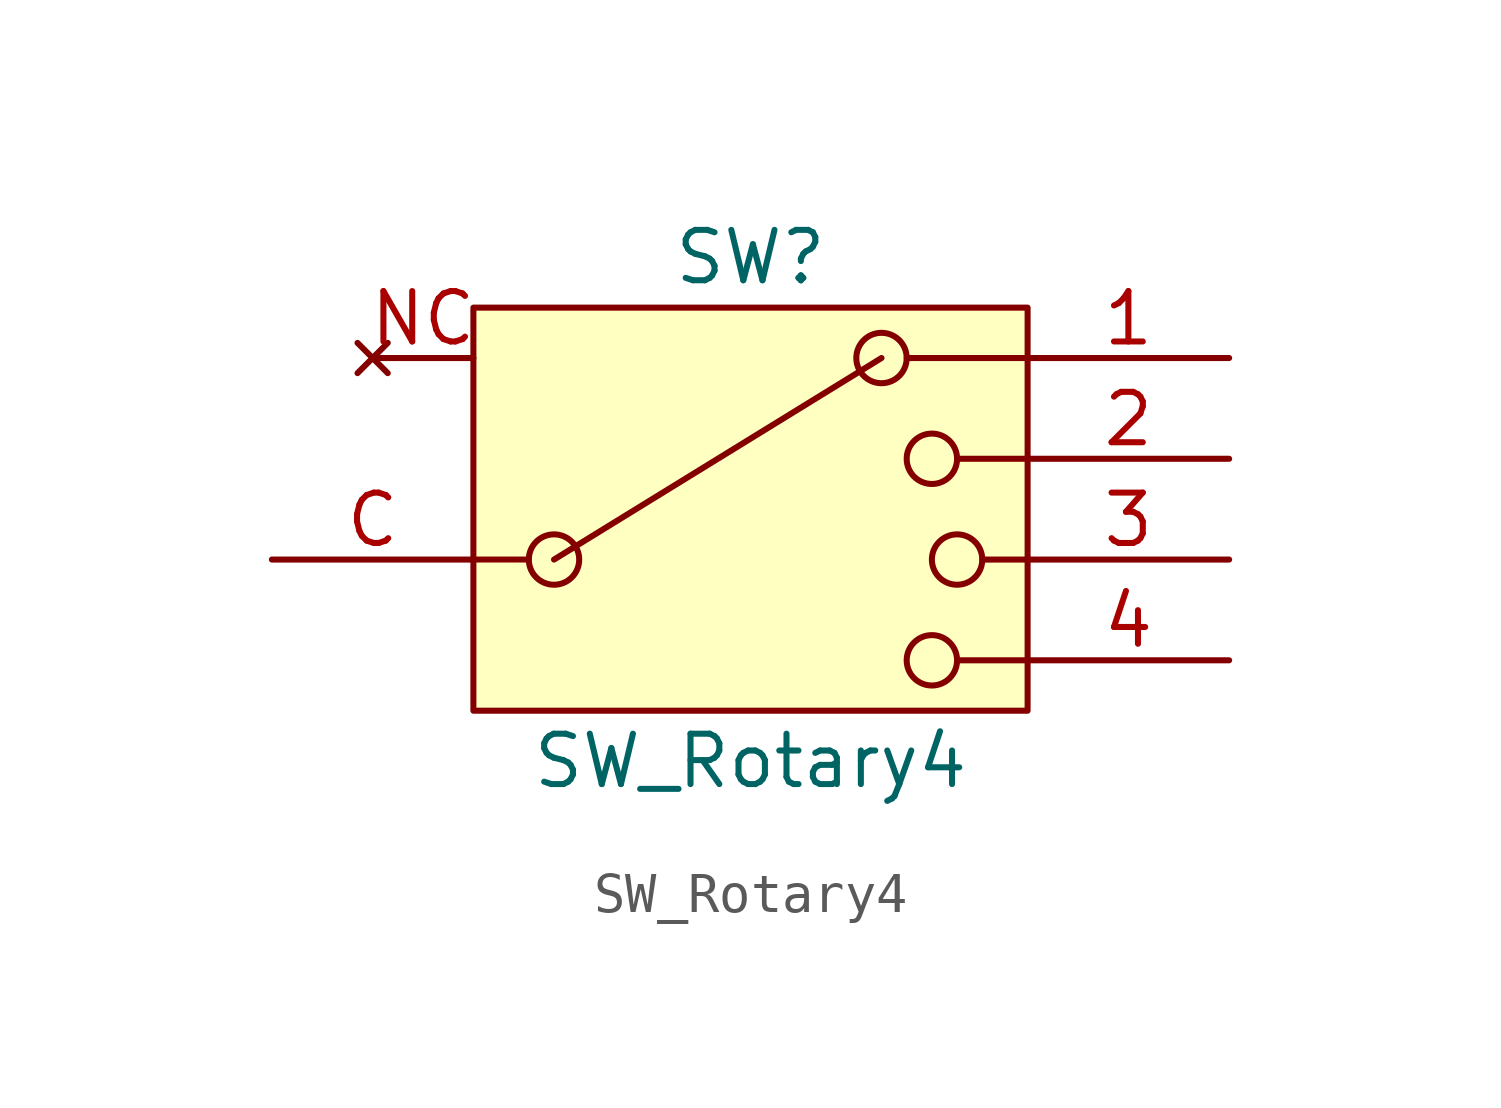
<source format=kicad_sym>
(kicad_symbol_lib
  (version 20211014)
  (generator kicad_symbol_editor)
  (symbol "SW_Rotary4"
    (pin_names
      (offset 1.016) hide)
    (property "Reference" "SW"
      (at 0 7.62 0)
      (effects (font (size 1.27 1.27))))
    (property "Value" "SW_Rotary4"
      (at 0 -5.08 0)
      (effects (font (size 1.27 1.27))))
    (symbol "SW_Rotary4_0_0"
      (circle (center -4.953 0) (radius 0.635) (stroke (width 0) (type default) (color 0 0 0 0)) (fill (type none)))
      (polyline (pts (xy -4.953 0) (xy 3.302 5.08)) (stroke (width 0) (type default) (color 0 0 0 0)) (fill (type none)))
      (polyline (pts (xy 3.937 5.08) (xy 6.985 5.08)) (stroke (width 0) (type default) (color 0 0 0 0)) (fill (type none)))
      (polyline (pts (xy 5.207 -2.54) (xy 6.985 -2.54)) (stroke (width 0) (type default) (color 0 0 0 0)) (fill (type none)))
      (polyline (pts (xy 5.207 2.54) (xy 6.985 2.54)) (stroke (width 0) (type default) (color 0 0 0 0)) (fill (type none)))
      (polyline (pts (xy 5.842 0) (xy 6.985 0)) (stroke (width 0) (type default) (color 0 0 0 0)) (fill (type none)))
      (circle (center 3.302 5.08) (radius 0.635) (stroke (width 0) (type default) (color 0 0 0 0)) (fill (type none)))
      (circle (center 4.572 -2.54) (radius 0.635) (stroke (width 0) (type default) (color 0 0 0 0)) (fill (type none)))
      (circle (center 4.572 2.54) (radius 0.635) (stroke (width 0) (type default) (color 0 0 0 0)) (fill (type none)))
      (circle (center 5.207 0) (radius 0.635) (stroke (width 0) (type default) (color 0 0 0 0)) (fill (type none))))
    (symbol "SW_Rotary4_0_1"
      (rectangle (start -6.985 6.35) (end 6.985 -3.81) (stroke (width 0.152) (type default) (color 0 0 0 0)) (fill (type background)))
      (polyline (pts (xy -6.985 0) (xy -5.588 0)) (stroke (width 0.152) (type default) (color 0 0 0 0)) (fill (type none)))
      (pin passive line (at 12.065 5.08 180) (length 5.08) (name "1" (effects (font (size 1.27 1.27)))) (number "1" (effects (font (size 1.27 1.27)))))
      (pin passive line (at 12.065 2.54 180) (length 5.08) (name "2" (effects (font (size 1.27 1.27)))) (number "2" (effects (font (size 1.27 1.27)))))
      (pin passive line (at 12.065 0 180) (length 5.08) (name "3" (effects (font (size 1.27 1.27)))) (number "3" (effects (font (size 1.27 1.27)))))
      (pin passive line (at 12.065 -2.54 180) (length 5.08) (name "4" (effects (font (size 1.27 1.27)))) (number "4" (effects (font (size 1.27 1.27)))))
      (pin passive line (at -12.065 0 0) (length 5.08) (name "C" (effects (font (size 1.27 1.27)))) (number "C" (effects (font (size 1.27 1.27)))))
      (pin no_connect line (at -9.525 5.08 0) (length 2.54) (name "NC" (effects (font (size 1.27 1.27)))) (number "NC" (effects (font (size 1.27 1.27))))))))
</source>
